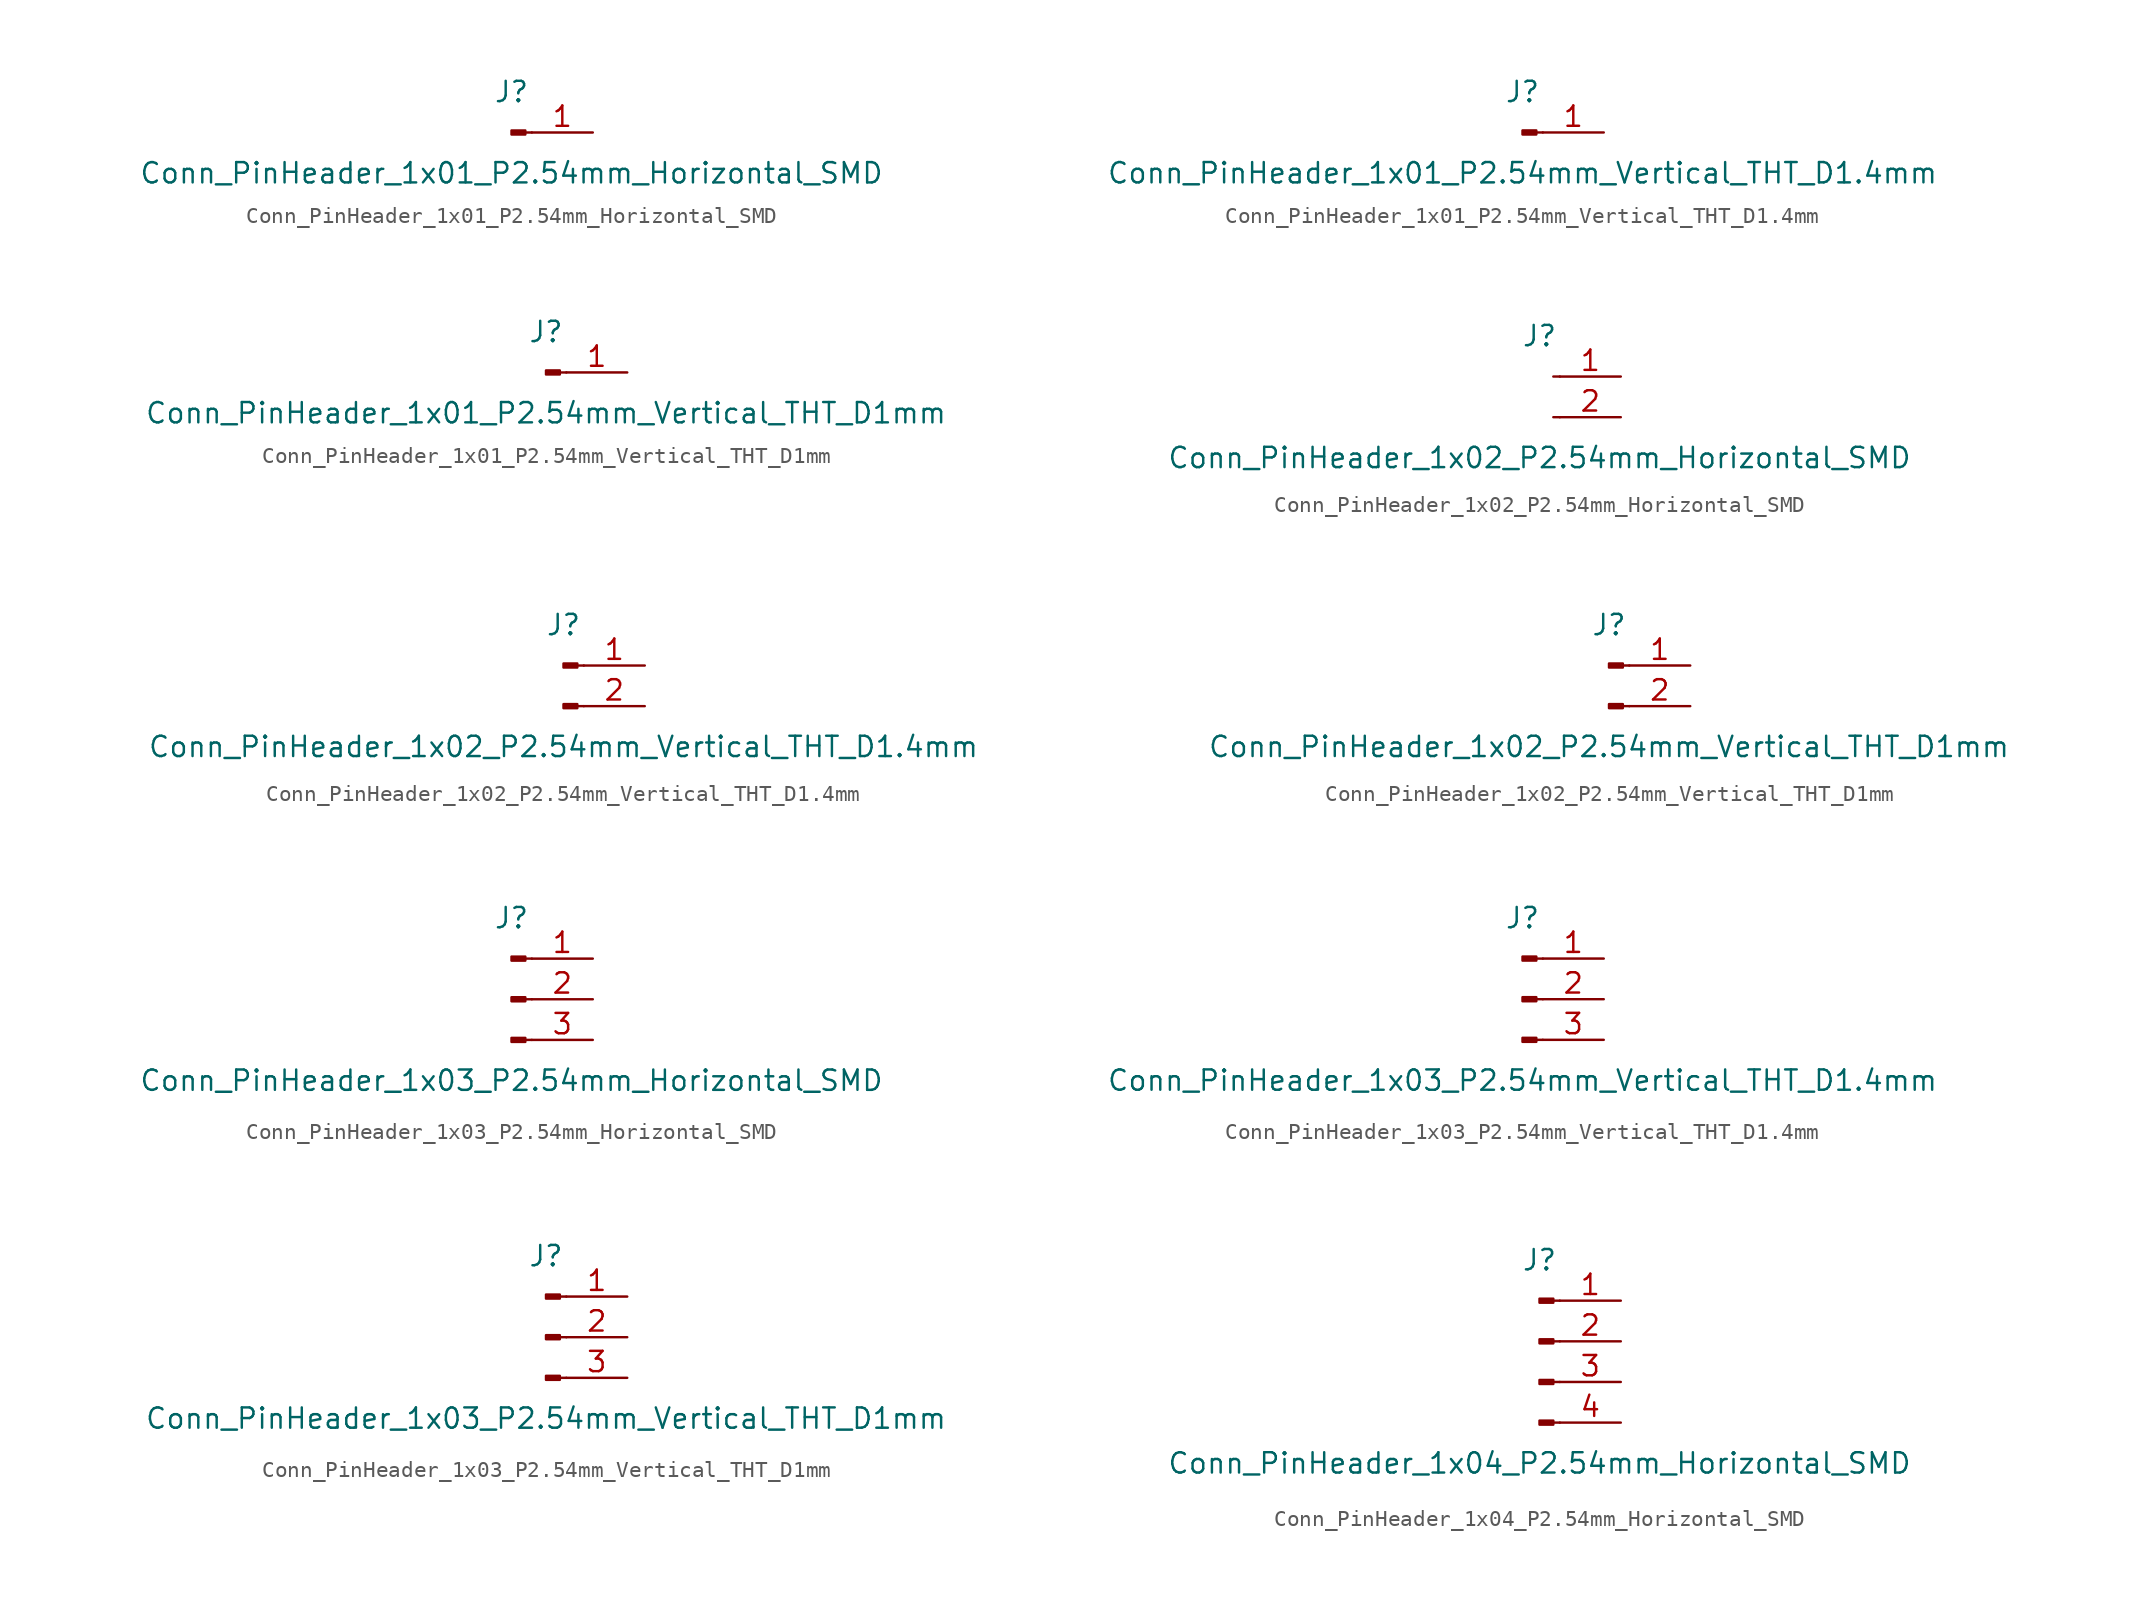
<source format=kicad_sym>
(kicad_symbol_lib
  (version 20211014)
  (generator kicad_symbol_editor)
  (symbol "Conn_PinHeader_1x01_P2.54mm_Horizontal_SMD"
    (pin_names
      (offset 1.016) hide)
    (property "Reference" "J"
      (at 0 2.54 0)
      (effects (font (size 1.27 1.27))))
    (property "Value" "Conn_PinHeader_1x01_P2.54mm_Horizontal_SMD"
      (at 0 -2.54 0)
      (effects (font (size 1.27 1.27))))
    (symbol "Conn_PinHeader_1x01_P2.54mm_Horizontal_SMD_1_1"
      (polyline (pts (xy 1.27 0) (xy 0.864 0)) (stroke (width 0.152) (type default) (color 0 0 0 0)) (fill (type none)))
      (rectangle (start 0.864 0.127) (end 0 -0.127) (stroke (width 0.152) (type default) (color 0 0 0 0)) (fill (type outline)))
      (pin passive line (at 5.08 0 180) (length 3.81) (name "Pin_1" (effects (font (size 1.27 1.27)))) (number "1" (effects (font (size 1.27 1.27)))))))
  (symbol "Conn_PinHeader_1x01_P2.54mm_Vertical_THT_D1.4mm"
    (pin_names
      (offset 1.016) hide)
    (property "Reference" "J"
      (at 0 2.54 0)
      (effects (font (size 1.27 1.27))))
    (property "Value" "Conn_PinHeader_1x01_P2.54mm_Vertical_THT_D1.4mm"
      (at 0 -2.54 0)
      (effects (font (size 1.27 1.27))))
    (symbol "Conn_PinHeader_1x01_P2.54mm_Vertical_THT_D1.4mm_1_1"
      (polyline (pts (xy 1.27 0) (xy 0.864 0)) (stroke (width 0.152) (type default) (color 0 0 0 0)) (fill (type none)))
      (rectangle (start 0.864 0.127) (end 0 -0.127) (stroke (width 0.152) (type default) (color 0 0 0 0)) (fill (type outline)))
      (pin passive line (at 5.08 0 180) (length 3.81) (name "Pin_1" (effects (font (size 1.27 1.27)))) (number "1" (effects (font (size 1.27 1.27)))))))
  (symbol "Conn_PinHeader_1x01_P2.54mm_Vertical_THT_D1mm"
    (pin_names
      (offset 1.016) hide)
    (property "Reference" "J"
      (at 0 2.54 0)
      (effects (font (size 1.27 1.27))))
    (property "Value" "Conn_PinHeader_1x01_P2.54mm_Vertical_THT_D1mm"
      (at 0 -2.54 0)
      (effects (font (size 1.27 1.27))))
    (symbol "Conn_PinHeader_1x01_P2.54mm_Vertical_THT_D1mm_1_1"
      (polyline (pts (xy 1.27 0) (xy 0.864 0)) (stroke (width 0.152) (type default) (color 0 0 0 0)) (fill (type none)))
      (rectangle (start 0.864 0.127) (end 0 -0.127) (stroke (width 0.152) (type default) (color 0 0 0 0)) (fill (type outline)))
      (pin passive line (at 5.08 0 180) (length 3.81) (name "Pin_1" (effects (font (size 1.27 1.27)))) (number "1" (effects (font (size 1.27 1.27)))))))
  (symbol "Conn_PinHeader_1x02_P2.54mm_Horizontal_SMD"
    (pin_names
      (offset 1.016))
    (property "Reference" "J"
      (at 0 2.54 0)
      (effects (font (size 1.27 1.27))))
    (property "Value" "Conn_PinHeader_1x02_P2.54mm_Horizontal_SMD"
      (at 0 -5.08 0)
      (effects (font (size 1.27 1.27))))
    (symbol "Conn_PinHeader_1x02_P2.54mm_Horizontal_SMD_1_1"
      (polyline (pts (xy 1.27 -2.54) (xy 0.864 -2.54)) (stroke (width 0.152) (type default) (color 0 0 0 0)) (fill (type none)))
      (polyline (pts (xy 1.27 0) (xy 0.864 0)) (stroke (width 0.152) (type default) (color 0 0 0 0)) (fill (type none)))
      (pin passive line (at 5.08 0 180) (length 3.81) (name "~" (effects (font (size 1.27 1.27)))) (number "1" (effects (font (size 1.27 1.27)))))
      (pin passive line (at 5.08 -2.54 180) (length 3.81) (name "~" (effects (font (size 1.27 1.27)))) (number "2" (effects (font (size 1.27 1.27)))))))
  (symbol "Conn_PinHeader_1x02_P2.54mm_Vertical_THT_D1.4mm"
    (pin_names
      (offset 1.016) hide)
    (property "Reference" "J"
      (at 0 2.54 0)
      (effects (font (size 1.27 1.27))))
    (property "Value" "Conn_PinHeader_1x02_P2.54mm_Vertical_THT_D1.4mm"
      (at 0 -5.08 0)
      (effects (font (size 1.27 1.27))))
    (symbol "Conn_PinHeader_1x02_P2.54mm_Vertical_THT_D1.4mm_1_1"
      (polyline (pts (xy 1.27 -2.54) (xy 0.864 -2.54)) (stroke (width 0.152) (type default) (color 0 0 0 0)) (fill (type none)))
      (polyline (pts (xy 1.27 0) (xy 0.864 0)) (stroke (width 0.152) (type default) (color 0 0 0 0)) (fill (type none)))
      (rectangle (start 0.864 -2.413) (end 0 -2.667) (stroke (width 0.152) (type default) (color 0 0 0 0)) (fill (type outline)))
      (rectangle (start 0.864 0.127) (end 0 -0.127) (stroke (width 0.152) (type default) (color 0 0 0 0)) (fill (type outline)))
      (pin passive line (at 5.08 0 180) (length 3.81) (name "Pin_1" (effects (font (size 1.27 1.27)))) (number "1" (effects (font (size 1.27 1.27)))))
      (pin passive line (at 5.08 -2.54 180) (length 3.81) (name "Pin_2" (effects (font (size 1.27 1.27)))) (number "2" (effects (font (size 1.27 1.27)))))))
  (symbol "Conn_PinHeader_1x02_P2.54mm_Vertical_THT_D1mm"
    (pin_names
      (offset 1.016) hide)
    (property "Reference" "J"
      (at 0 2.54 0)
      (effects (font (size 1.27 1.27))))
    (property "Value" "Conn_PinHeader_1x02_P2.54mm_Vertical_THT_D1mm"
      (at 0 -5.08 0)
      (effects (font (size 1.27 1.27))))
    (symbol "Conn_PinHeader_1x02_P2.54mm_Vertical_THT_D1mm_1_1"
      (polyline (pts (xy 1.27 -2.54) (xy 0.864 -2.54)) (stroke (width 0.152) (type default) (color 0 0 0 0)) (fill (type none)))
      (polyline (pts (xy 1.27 0) (xy 0.864 0)) (stroke (width 0.152) (type default) (color 0 0 0 0)) (fill (type none)))
      (rectangle (start 0.864 -2.413) (end 0 -2.667) (stroke (width 0.152) (type default) (color 0 0 0 0)) (fill (type outline)))
      (rectangle (start 0.864 0.127) (end 0 -0.127) (stroke (width 0.152) (type default) (color 0 0 0 0)) (fill (type outline)))
      (pin passive line (at 5.08 0 180) (length 3.81) (name "Pin_1" (effects (font (size 1.27 1.27)))) (number "1" (effects (font (size 1.27 1.27)))))
      (pin passive line (at 5.08 -2.54 180) (length 3.81) (name "Pin_2" (effects (font (size 1.27 1.27)))) (number "2" (effects (font (size 1.27 1.27)))))))
  (symbol "Conn_PinHeader_1x03_P2.54mm_Horizontal_SMD"
    (pin_names
      (offset 1.016) hide)
    (property "Reference" "J"
      (at 0 5.08 0)
      (effects (font (size 1.27 1.27))))
    (property "Value" "Conn_PinHeader_1x03_P2.54mm_Horizontal_SMD"
      (at 0 -5.08 0)
      (effects (font (size 1.27 1.27))))
    (symbol "Conn_PinHeader_1x03_P2.54mm_Horizontal_SMD_1_1"
      (polyline (pts (xy 1.27 -2.54) (xy 0.864 -2.54)) (stroke (width 0.152) (type default) (color 0 0 0 0)) (fill (type none)))
      (polyline (pts (xy 1.27 0) (xy 0.864 0)) (stroke (width 0.152) (type default) (color 0 0 0 0)) (fill (type none)))
      (polyline (pts (xy 1.27 2.54) (xy 0.864 2.54)) (stroke (width 0.152) (type default) (color 0 0 0 0)) (fill (type none)))
      (rectangle (start 0.864 -2.413) (end 0 -2.667) (stroke (width 0.152) (type default) (color 0 0 0 0)) (fill (type outline)))
      (rectangle (start 0.864 0.127) (end 0 -0.127) (stroke (width 0.152) (type default) (color 0 0 0 0)) (fill (type outline)))
      (rectangle (start 0.864 2.667) (end 0 2.413) (stroke (width 0.152) (type default) (color 0 0 0 0)) (fill (type outline)))
      (pin passive line (at 5.08 2.54 180) (length 3.81) (name "Pin_1" (effects (font (size 1.27 1.27)))) (number "1" (effects (font (size 1.27 1.27)))))
      (pin passive line (at 5.08 0 180) (length 3.81) (name "Pin_2" (effects (font (size 1.27 1.27)))) (number "2" (effects (font (size 1.27 1.27)))))
      (pin passive line (at 5.08 -2.54 180) (length 3.81) (name "Pin_3" (effects (font (size 1.27 1.27)))) (number "3" (effects (font (size 1.27 1.27)))))))
  (symbol "Conn_PinHeader_1x03_P2.54mm_Vertical_THT_D1.4mm"
    (pin_names
      (offset 1.016) hide)
    (property "Reference" "J"
      (at 0 5.08 0)
      (effects (font (size 1.27 1.27))))
    (property "Value" "Conn_PinHeader_1x03_P2.54mm_Vertical_THT_D1.4mm"
      (at 0 -5.08 0)
      (effects (font (size 1.27 1.27))))
    (symbol "Conn_PinHeader_1x03_P2.54mm_Vertical_THT_D1.4mm_1_1"
      (polyline (pts (xy 1.27 -2.54) (xy 0.864 -2.54)) (stroke (width 0.152) (type default) (color 0 0 0 0)) (fill (type none)))
      (polyline (pts (xy 1.27 0) (xy 0.864 0)) (stroke (width 0.152) (type default) (color 0 0 0 0)) (fill (type none)))
      (polyline (pts (xy 1.27 2.54) (xy 0.864 2.54)) (stroke (width 0.152) (type default) (color 0 0 0 0)) (fill (type none)))
      (rectangle (start 0.864 -2.413) (end 0 -2.667) (stroke (width 0.152) (type default) (color 0 0 0 0)) (fill (type outline)))
      (rectangle (start 0.864 0.127) (end 0 -0.127) (stroke (width 0.152) (type default) (color 0 0 0 0)) (fill (type outline)))
      (rectangle (start 0.864 2.667) (end 0 2.413) (stroke (width 0.152) (type default) (color 0 0 0 0)) (fill (type outline)))
      (pin passive line (at 5.08 2.54 180) (length 3.81) (name "Pin_1" (effects (font (size 1.27 1.27)))) (number "1" (effects (font (size 1.27 1.27)))))
      (pin passive line (at 5.08 0 180) (length 3.81) (name "Pin_2" (effects (font (size 1.27 1.27)))) (number "2" (effects (font (size 1.27 1.27)))))
      (pin passive line (at 5.08 -2.54 180) (length 3.81) (name "Pin_3" (effects (font (size 1.27 1.27)))) (number "3" (effects (font (size 1.27 1.27)))))))
  (symbol "Conn_PinHeader_1x03_P2.54mm_Vertical_THT_D1mm"
    (pin_names
      (offset 1.016) hide)
    (property "Reference" "J"
      (at 0 5.08 0)
      (effects (font (size 1.27 1.27))))
    (property "Value" "Conn_PinHeader_1x03_P2.54mm_Vertical_THT_D1mm"
      (at 0 -5.08 0)
      (effects (font (size 1.27 1.27))))
    (symbol "Conn_PinHeader_1x03_P2.54mm_Vertical_THT_D1mm_1_1"
      (polyline (pts (xy 1.27 -2.54) (xy 0.864 -2.54)) (stroke (width 0.152) (type default) (color 0 0 0 0)) (fill (type none)))
      (polyline (pts (xy 1.27 0) (xy 0.864 0)) (stroke (width 0.152) (type default) (color 0 0 0 0)) (fill (type none)))
      (polyline (pts (xy 1.27 2.54) (xy 0.864 2.54)) (stroke (width 0.152) (type default) (color 0 0 0 0)) (fill (type none)))
      (rectangle (start 0.864 -2.413) (end 0 -2.667) (stroke (width 0.152) (type default) (color 0 0 0 0)) (fill (type outline)))
      (rectangle (start 0.864 0.127) (end 0 -0.127) (stroke (width 0.152) (type default) (color 0 0 0 0)) (fill (type outline)))
      (rectangle (start 0.864 2.667) (end 0 2.413) (stroke (width 0.152) (type default) (color 0 0 0 0)) (fill (type outline)))
      (pin passive line (at 5.08 2.54 180) (length 3.81) (name "Pin_1" (effects (font (size 1.27 1.27)))) (number "1" (effects (font (size 1.27 1.27)))))
      (pin passive line (at 5.08 0 180) (length 3.81) (name "Pin_2" (effects (font (size 1.27 1.27)))) (number "2" (effects (font (size 1.27 1.27)))))
      (pin passive line (at 5.08 -2.54 180) (length 3.81) (name "Pin_3" (effects (font (size 1.27 1.27)))) (number "3" (effects (font (size 1.27 1.27)))))))
  (symbol "Conn_PinHeader_1x04_P2.54mm_Horizontal_SMD"
    (pin_names
      (offset 1.016) hide)
    (property "Reference" "J"
      (at 0 5.08 0)
      (effects (font (size 1.27 1.27))))
    (property "Value" "Conn_PinHeader_1x04_P2.54mm_Horizontal_SMD"
      (at 0 -7.62 0)
      (effects (font (size 1.27 1.27))))
    (symbol "Conn_PinHeader_1x04_P2.54mm_Horizontal_SMD_1_1"
      (polyline (pts (xy 1.27 -5.08) (xy 0.864 -5.08)) (stroke (width 0.152) (type default) (color 0 0 0 0)) (fill (type none)))
      (polyline (pts (xy 1.27 -2.54) (xy 0.864 -2.54)) (stroke (width 0.152) (type default) (color 0 0 0 0)) (fill (type none)))
      (polyline (pts (xy 1.27 0) (xy 0.864 0)) (stroke (width 0.152) (type default) (color 0 0 0 0)) (fill (type none)))
      (polyline (pts (xy 1.27 2.54) (xy 0.864 2.54)) (stroke (width 0.152) (type default) (color 0 0 0 0)) (fill (type none)))
      (rectangle (start 0.864 -4.953) (end 0 -5.207) (stroke (width 0.152) (type default) (color 0 0 0 0)) (fill (type outline)))
      (rectangle (start 0.864 -2.413) (end 0 -2.667) (stroke (width 0.152) (type default) (color 0 0 0 0)) (fill (type outline)))
      (rectangle (start 0.864 0.127) (end 0 -0.127) (stroke (width 0.152) (type default) (color 0 0 0 0)) (fill (type outline)))
      (rectangle (start 0.864 2.667) (end 0 2.413) (stroke (width 0.152) (type default) (color 0 0 0 0)) (fill (type outline)))
      (pin passive line (at 5.08 2.54 180) (length 3.81) (name "Pin_1" (effects (font (size 1.27 1.27)))) (number "1" (effects (font (size 1.27 1.27)))))
      (pin passive line (at 5.08 0 180) (length 3.81) (name "Pin_2" (effects (font (size 1.27 1.27)))) (number "2" (effects (font (size 1.27 1.27)))))
      (pin passive line (at 5.08 -2.54 180) (length 3.81) (name "Pin_3" (effects (font (size 1.27 1.27)))) (number "3" (effects (font (size 1.27 1.27)))))
      (pin passive line (at 5.08 -5.08 180) (length 3.81) (name "Pin_4" (effects (font (size 1.27 1.27)))) (number "4" (effects (font (size 1.27 1.27))))))))
</source>
